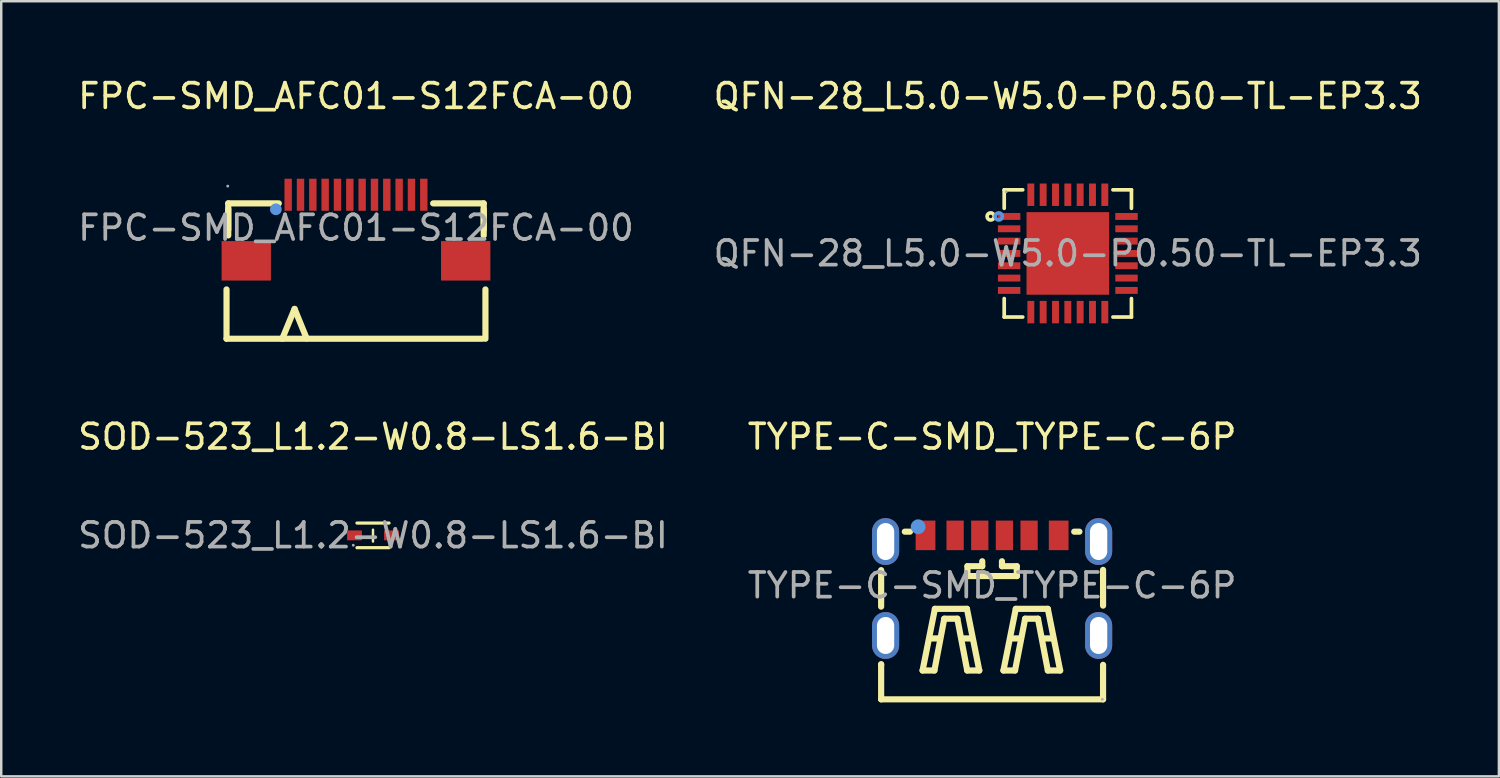
<source format=kicad_pcb>
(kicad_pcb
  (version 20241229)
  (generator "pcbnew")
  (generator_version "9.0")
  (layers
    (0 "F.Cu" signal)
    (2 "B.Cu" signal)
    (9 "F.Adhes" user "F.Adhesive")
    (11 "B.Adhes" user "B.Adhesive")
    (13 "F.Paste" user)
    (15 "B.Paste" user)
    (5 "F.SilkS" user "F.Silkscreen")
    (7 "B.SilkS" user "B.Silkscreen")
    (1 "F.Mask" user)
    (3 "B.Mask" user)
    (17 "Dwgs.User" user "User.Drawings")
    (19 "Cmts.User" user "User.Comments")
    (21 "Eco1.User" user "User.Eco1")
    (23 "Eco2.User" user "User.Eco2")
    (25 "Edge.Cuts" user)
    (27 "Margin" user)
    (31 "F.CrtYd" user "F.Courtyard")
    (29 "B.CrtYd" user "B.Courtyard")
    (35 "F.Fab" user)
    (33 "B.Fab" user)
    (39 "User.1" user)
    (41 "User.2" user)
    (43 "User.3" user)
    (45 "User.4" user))
  (footprint "TYPE-C-SMD_TYPE-C-6P"
    (layer "F.Cu")
    (at 37.185 20.692)
    (property "Reference" "TYPE-C-SMD_TYPE-C-6P" (at 0 -6.03 0) (layer "F.SilkS") (effects (font (size 1 1) (thickness 0.15))))
    (attr smd)
    (fp_line (start -4.5 -0.58) (end -4.5 -0.62) (stroke (width 0.25) (type solid)) (layer "F.SilkS"))
    (fp_line (start -4.5 -0.58) (end -4.5 0.86) (stroke (width 0.25) (type solid)) (layer "F.SilkS"))
    (fp_line (start -4.5 3.2) (end -4.5 4.62) (stroke (width 0.25) (type solid)) (layer "F.SilkS"))
    (fp_line (start -4.5 3.22) (end -4.5 3.2) (stroke (width 0.25) (type solid)) (layer "F.SilkS"))
    (fp_line (start -4.5 4.62) (end 4.5 4.62) (stroke (width 0.25) (type solid)) (layer "F.SilkS"))
    (fp_line (start -3.54 -2.18) (end -3.33 -2.18) (stroke (width 0.25) (type solid)) (layer "F.SilkS"))
    (fp_line (start -2.82 3.45) (end -2.32 0.95) (stroke (width 0.25) (type solid)) (layer "F.SilkS"))
    (fp_line (start -2.52 2.15) (end -2.12 2.15) (stroke (width 0.25) (type solid)) (layer "F.SilkS"))
    (fp_line (start -2.34 3.45) (end -2.82 3.45) (stroke (width 0.25) (type solid)) (layer "F.SilkS"))
    (fp_line (start -2.32 0.95) (end -1.02 0.95) (stroke (width 0.25) (type solid)) (layer "F.SilkS"))
    (fp_line (start -1.94 1.35) (end -2.34 3.45) (stroke (width 0.25) (type solid)) (layer "F.SilkS"))
    (fp_line (start -1.41 1.35) (end -1.94 1.35) (stroke (width 0.25) (type solid)) (layer "F.SilkS"))
    (fp_line (start -1.22 2.15) (end -0.82 2.15) (stroke (width 0.25) (type solid)) (layer "F.SilkS"))
    (fp_line (start -1.02 0.95) (end -0.52 3.45) (stroke (width 0.25) (type solid)) (layer "F.SilkS"))
    (fp_line (start -1.01 -0.38) (end 1.01 -0.38) (stroke (width 0.25) (type solid)) (layer "F.SilkS"))
    (fp_line (start -1.01 3.45) (end -1.41 1.35) (stroke (width 0.25) (type solid)) (layer "F.SilkS"))
    (fp_line (start -1 -0.78) (end -0.4 -0.78) (stroke (width 0.25) (type solid)) (layer "F.SilkS"))
    (fp_line (start -1 -0.38) (end -1 -0.78) (stroke (width 0.25) (type solid)) (layer "F.SilkS"))
    (fp_line (start -0.52 3.45) (end -1.01 3.45) (stroke (width 0.25) (type solid)) (layer "F.SilkS"))
    (fp_line (start -0.4 -0.78) (end -0.4 -0.98) (stroke (width 0.25) (type solid)) (layer "F.SilkS"))
    (fp_line (start 0.4 -0.78) (end 0.4 -0.98) (stroke (width 0.25) (type solid)) (layer "F.SilkS"))
    (fp_line (start 0.46 3.45) (end 0.96 0.95) (stroke (width 0.25) (type solid)) (layer "F.SilkS"))
    (fp_line (start 0.76 2.15) (end 1.16 2.15) (stroke (width 0.25) (type solid)) (layer "F.SilkS"))
    (fp_line (start 0.93 3.45) (end 0.46 3.45) (stroke (width 0.25) (type solid)) (layer "F.SilkS"))
    (fp_line (start 0.96 0.95) (end 2.26 0.95) (stroke (width 0.25) (type solid)) (layer "F.SilkS"))
    (fp_line (start 1 -0.78) (end 0.4 -0.78) (stroke (width 0.25) (type solid)) (layer "F.SilkS"))
    (fp_line (start 1 -0.38) (end 1 -0.78) (stroke (width 0.25) (type solid)) (layer "F.SilkS"))
    (fp_line (start 1.34 1.35) (end 0.93 3.45) (stroke (width 0.25) (type solid)) (layer "F.SilkS"))
    (fp_line (start 1.86 1.35) (end 1.34 1.35) (stroke (width 0.25) (type solid)) (layer "F.SilkS"))
    (fp_line (start 2.06 2.15) (end 2.46 2.15) (stroke (width 0.25) (type solid)) (layer "F.SilkS"))
    (fp_line (start 2.26 0.95) (end 2.76 3.45) (stroke (width 0.25) (type solid)) (layer "F.SilkS"))
    (fp_line (start 2.26 3.45) (end 1.86 1.35) (stroke (width 0.25) (type solid)) (layer "F.SilkS"))
    (fp_line (start 2.76 3.45) (end 2.26 3.45) (stroke (width 0.25) (type solid)) (layer "F.SilkS"))
    (fp_line (start 3.33 -2.18) (end 3.54 -2.18) (stroke (width 0.25) (type solid)) (layer "F.SilkS"))
    (fp_line (start 4.5 0.82) (end 4.5 -0.63) (stroke (width 0.25) (type solid)) (layer "F.SilkS"))
    (fp_line (start 4.5 4.62) (end 4.5 3.22) (stroke (width 0.25) (type solid)) (layer "F.SilkS"))
    (fp_circle (center -3 -2.38) (end -2.85 -2.38) (stroke (width 0.3) (type solid)) (fill no) (layer "Cmts.User"))
    (fp_circle (center 4.47 4.62) (end 4.5 4.62) (stroke (width 0.06) (type solid)) (fill no) (layer "F.Fab"))
    (fp_text user "${REFERENCE}" (at 0 0 0) (layer "F.Fab") (effects (font (size 1 1) (thickness 0.15))))
    (pad "7" thru_hole oval (at -4.32 -1.78) (size 1.1 1.9) (drill oval 0.7 1.5) (layers "*.Cu" "*.Mask"))
    (pad "7" thru_hole oval (at -4.32 2.03) (size 1.1 1.9) (drill oval 0.7 1.5) (layers "*.Cu" "*.Mask"))
    (pad "7" thru_hole oval (at 4.32 -1.78) (size 1.1 1.9) (drill oval 0.7 1.5) (layers "*.Cu" "*.Mask"))
    (pad "7" thru_hole oval (at 4.32 2.03) (size 1.1 1.9) (drill oval 0.7 1.5) (layers "*.Cu" "*.Mask"))
    (pad "A5" smd rect (at -0.5 -2.03) (size 0.7 1.2) (layers "F.Cu" "F.Mask" "F.Paste"))
    (pad "A9" smd rect (at 1.5 -2.03) (size 0.7 1.2) (layers "F.Cu" "F.Mask" "F.Paste"))
    (pad "A12" smd rect (at 2.7 -2.03) (size 0.8 1.2) (layers "F.Cu" "F.Mask" "F.Paste"))
    (pad "B5" smd rect (at 0.5 -2.03) (size 0.7 1.2) (layers "F.Cu" "F.Mask" "F.Paste"))
    (pad "B9" smd rect (at -1.5 -2.03) (size 0.7 1.2) (layers "F.Cu" "F.Mask" "F.Paste"))
    (pad "B12" smd rect (at -2.7 -2.03) (size 0.8 1.2) (layers "F.Cu" "F.Mask" "F.Paste")))
  (footprint "QFN-28_L5.0-W5.0-P0.50-TL-EP3.3"
    (layer "F.Cu")
    (at 40.256 7.228)
    (property "Reference" "QFN-28_L5.0-W5.0-P0.50-TL-EP3.3" (at 0 -6.38 0) (layer "F.SilkS") (effects (font (size 1 1) (thickness 0.15))))
    (attr smd)
    (fp_line (start -2.58 -2.58) (end -2.58 -1.83) (stroke (width 0.15) (type solid)) (layer "F.SilkS"))
    (fp_line (start -2.58 2.58) (end -2.58 1.83) (stroke (width 0.15) (type solid)) (layer "F.SilkS"))
    (fp_line (start -1.83 -2.58) (end -2.58 -2.58) (stroke (width 0.15) (type solid)) (layer "F.SilkS"))
    (fp_line (start -1.83 2.58) (end -2.58 2.58) (stroke (width 0.15) (type solid)) (layer "F.SilkS"))
    (fp_line (start 1.83 -2.58) (end 2.58 -2.58) (stroke (width 0.15) (type solid)) (layer "F.SilkS"))
    (fp_line (start 1.83 2.58) (end 2.58 2.58) (stroke (width 0.15) (type solid)) (layer "F.SilkS"))
    (fp_line (start 2.58 -2.58) (end 2.58 -1.83) (stroke (width 0.15) (type solid)) (layer "F.SilkS"))
    (fp_line (start 2.58 2.58) (end 2.58 1.83) (stroke (width 0.15) (type solid)) (layer "F.SilkS"))
    (fp_circle (center -3.13 -1.5) (end -3.06 -1.5) (stroke (width 0.15) (type solid)) (fill no) (layer "F.SilkS"))
    (fp_circle (center -2.8 -1.5) (end -2.73 -1.5) (stroke (width 0.15) (type solid)) (fill no) (layer "Cmts.User"))
    (fp_circle (center -2.5 -2.5) (end -2.47 -2.5) (stroke (width 0.06) (type solid)) (fill no) (layer "F.Fab"))
    (fp_text user "${REFERENCE}" (at 0 0 0) (layer "F.Fab") (effects (font (size 1 1) (thickness 0.15))))
    (pad "1" smd rect (at -2.38 -1.5) (size 0.91 0.28) (layers "F.Cu" "F.Mask" "F.Paste"))
    (pad "2" smd rect (at -2.38 -1) (size 0.91 0.28) (layers "F.Cu" "F.Mask" "F.Paste"))
    (pad "3" smd rect (at -2.38 -0.5) (size 0.91 0.28) (layers "F.Cu" "F.Mask" "F.Paste"))
    (pad "4" smd rect (at -2.38 0) (size 0.91 0.28) (layers "F.Cu" "F.Mask" "F.Paste"))
    (pad "5" smd rect (at -2.38 0.5) (size 0.91 0.28) (layers "F.Cu" "F.Mask" "F.Paste"))
    (pad "6" smd rect (at -2.38 1) (size 0.91 0.28) (layers "F.Cu" "F.Mask" "F.Paste"))
    (pad "7" smd rect (at -2.38 1.5) (size 0.91 0.28) (layers "F.Cu" "F.Mask" "F.Paste"))
    (pad "8" smd rect (at -1.5 2.38) (size 0.28 0.91) (layers "F.Cu" "F.Mask" "F.Paste"))
    (pad "9" smd rect (at -1 2.38) (size 0.28 0.91) (layers "F.Cu" "F.Mask" "F.Paste"))
    (pad "10" smd rect (at -0.5 2.38) (size 0.28 0.91) (layers "F.Cu" "F.Mask" "F.Paste"))
    (pad "11" smd rect (at 0 2.38) (size 0.28 0.91) (layers "F.Cu" "F.Mask" "F.Paste"))
    (pad "12" smd rect (at 0.5 2.38) (size 0.28 0.91) (layers "F.Cu" "F.Mask" "F.Paste"))
    (pad "13" smd rect (at 1 2.38) (size 0.28 0.91) (layers "F.Cu" "F.Mask" "F.Paste"))
    (pad "14" smd rect (at 1.5 2.38) (size 0.28 0.91) (layers "F.Cu" "F.Mask" "F.Paste"))
    (pad "15" smd rect (at 2.38 1.5) (size 0.91 0.28) (layers "F.Cu" "F.Mask" "F.Paste"))
    (pad "16" smd rect (at 2.38 1) (size 0.91 0.28) (layers "F.Cu" "F.Mask" "F.Paste"))
    (pad "17" smd rect (at 2.38 0.5) (size 0.91 0.28) (layers "F.Cu" "F.Mask" "F.Paste"))
    (pad "18" smd rect (at 2.38 0) (size 0.91 0.28) (layers "F.Cu" "F.Mask" "F.Paste"))
    (pad "19" smd rect (at 2.38 -0.5) (size 0.91 0.28) (layers "F.Cu" "F.Mask" "F.Paste"))
    (pad "20" smd rect (at 2.38 -1) (size 0.91 0.28) (layers "F.Cu" "F.Mask" "F.Paste"))
    (pad "21" smd rect (at 2.38 -1.5) (size 0.91 0.28) (layers "F.Cu" "F.Mask" "F.Paste"))
    (pad "22" smd rect (at 1.5 -2.38) (size 0.28 0.91) (layers "F.Cu" "F.Mask" "F.Paste"))
    (pad "23" smd rect (at 1 -2.38) (size 0.28 0.91) (layers "F.Cu" "F.Mask" "F.Paste"))
    (pad "24" smd rect (at 0.5 -2.38) (size 0.28 0.91) (layers "F.Cu" "F.Mask" "F.Paste"))
    (pad "25" smd rect (at 0 -2.38) (size 0.28 0.91) (layers "F.Cu" "F.Mask" "F.Paste"))
    (pad "26" smd rect (at -0.5 -2.38) (size 0.28 0.91) (layers "F.Cu" "F.Mask" "F.Paste"))
    (pad "27" smd rect (at -1 -2.38) (size 0.28 0.91) (layers "F.Cu" "F.Mask" "F.Paste"))
    (pad "28" smd rect (at -1.5 -2.38) (size 0.28 0.91) (layers "F.Cu" "F.Mask" "F.Paste"))
    (pad "29" smd rect (at 0 0) (size 3.35 3.35) (layers "F.Cu" "F.Mask" "F.Paste")))
  (footprint "FPC-SMD_AFC01-S12FCA-00"
    (layer "F.Cu")
    (at 11.387 6.188)
    (property "Reference" "FPC-SMD_AFC01-S12FCA-00" (at 0 -5.34 0) (layer "F.SilkS") (effects (font (size 1 1) (thickness 0.15))))
    (attr smd)
    (fp_line (start -5.25 2.5) (end -5.25 4.5) (stroke (width 0.25) (type solid)) (layer "F.SilkS"))
    (fp_line (start -5.25 4.5) (end 5.13 4.5) (stroke (width 0.25) (type solid)) (layer "F.SilkS"))
    (fp_line (start -5.18 -0.99) (end -5.18 0.08) (stroke (width 0.25) (type solid)) (layer "F.SilkS"))
    (fp_line (start -5.18 -0.99) (end -3.13 -0.99) (stroke (width 0.25) (type solid)) (layer "F.SilkS"))
    (fp_line (start -5.18 -0.76) (end -5.18 0.31) (stroke (width 0.25) (type solid)) (layer "F.SilkS"))
    (fp_line (start -2.49 3.29) (end -2.99 4.5) (stroke (width 0.25) (type solid)) (layer "F.SilkS"))
    (fp_line (start -2 4.49) (end -2.49 3.29) (stroke (width 0.25) (type solid)) (layer "F.SilkS"))
    (fp_line (start 3.13 -0.99) (end 5.18 -0.99) (stroke (width 0.25) (type solid)) (layer "F.SilkS"))
    (fp_line (start 5.18 -0.99) (end 5.18 0.08) (stroke (width 0.25) (type solid)) (layer "F.SilkS"))
    (fp_line (start 5.18 -0.76) (end 5.18 0.31) (stroke (width 0.25) (type solid)) (layer "F.SilkS"))
    (fp_line (start 5.25 2.5) (end 5.25 4.5) (stroke (width 0.25) (type solid)) (layer "F.SilkS"))
    (fp_circle (center -3.25 -0.75) (end -3.13 -0.75) (stroke (width 0.24) (type solid)) (fill no) (layer "Cmts.User"))
    (fp_circle (center -5.2 -1.69) (end -5.17 -1.69) (stroke (width 0.06) (type solid)) (fill no) (layer "F.Fab"))
    (fp_text user "${REFERENCE}" (at 0 0 0) (layer "F.Fab") (effects (font (size 1 1) (thickness 0.15))))
    (pad "1" smd rect (at -2.75 -1.34) (size 0.3 1.3) (layers "F.Cu" "F.Mask" "F.Paste"))
    (pad "2" smd rect (at -2.25 -1.34) (size 0.3 1.3) (layers "F.Cu" "F.Mask" "F.Paste"))
    (pad "3" smd rect (at -1.75 -1.34) (size 0.3 1.3) (layers "F.Cu" "F.Mask" "F.Paste"))
    (pad "4" smd rect (at -1.25 -1.34) (size 0.3 1.3) (layers "F.Cu" "F.Mask" "F.Paste"))
    (pad "5" smd rect (at -0.75 -1.34) (size 0.3 1.3) (layers "F.Cu" "F.Mask" "F.Paste"))
    (pad "6" smd rect (at -0.25 -1.34) (size 0.3 1.3) (layers "F.Cu" "F.Mask" "F.Paste"))
    (pad "7" smd rect (at 0.25 -1.34) (size 0.3 1.3) (layers "F.Cu" "F.Mask" "F.Paste"))
    (pad "8" smd rect (at 0.75 -1.34) (size 0.3 1.3) (layers "F.Cu" "F.Mask" "F.Paste"))
    (pad "9" smd rect (at 1.25 -1.34) (size 0.3 1.3) (layers "F.Cu" "F.Mask" "F.Paste"))
    (pad "10" smd rect (at 1.75 -1.34) (size 0.3 1.3) (layers "F.Cu" "F.Mask" "F.Paste"))
    (pad "11" smd rect (at 2.25 -1.34) (size 0.3 1.3) (layers "F.Cu" "F.Mask" "F.Paste"))
    (pad "12" smd rect (at 2.75 -1.34) (size 0.3 1.3) (layers "F.Cu" "F.Mask" "F.Paste"))
    (pad "13" smd rect (at -4.45 1.34) (size 2 1.6) (layers "F.Cu" "F.Mask" "F.Paste"))
    (pad "14" smd rect (at 4.45 1.34 180) (size 2 1.6) (layers "F.Cu" "F.Mask" "F.Paste")))
  (footprint "SOD-523_L1.2-W0.8-LS1.6-BI"
    (layer "F.Cu")
    (at 12.077 18.662)
    (property "Reference" "SOD-523_L1.2-W0.8-LS1.6-BI" (at 0 -4 0) (layer "F.SilkS") (effects (font (size 1 1) (thickness 0.15))))
    (attr through_hole)
    (fp_line (start -0.65 -0.5) (end 0.65 -0.5) (stroke (width 0.13) (type solid)) (layer "F.SilkS"))
    (fp_line (start -0.65 0.5) (end 0.65 0.5) (stroke (width 0.13) (type solid)) (layer "F.SilkS"))
    (fp_line (start 0 -0.23) (end 0 0.25) (stroke (width 0.1) (type solid)) (layer "F.SilkS"))
    (fp_circle (center -0.8 0.4) (end -0.77 0.4) (stroke (width 0.06) (type solid)) (fill no) (layer "F.Fab"))
    (fp_text user "${REFERENCE}" (at 0 0 0) (layer "F.Fab") (effects (font (size 1 1) (thickness 0.15))))
    (pad "1" smd rect (at -0.75 0) (size 0.6 0.4) (layers "F.Cu" "F.Mask" "F.Paste"))
    (pad "2" smd rect (at 0.75 0 180) (size 0.6 0.4) (layers "F.Cu" "F.Mask" "F.Paste")))
  (gr_rect
    (start -3 -3)
    (end 57.738 28.436)
    (stroke (width 0.1) (type default))
    (fill no)
    (layer "Edge.Cuts")))
</source>
